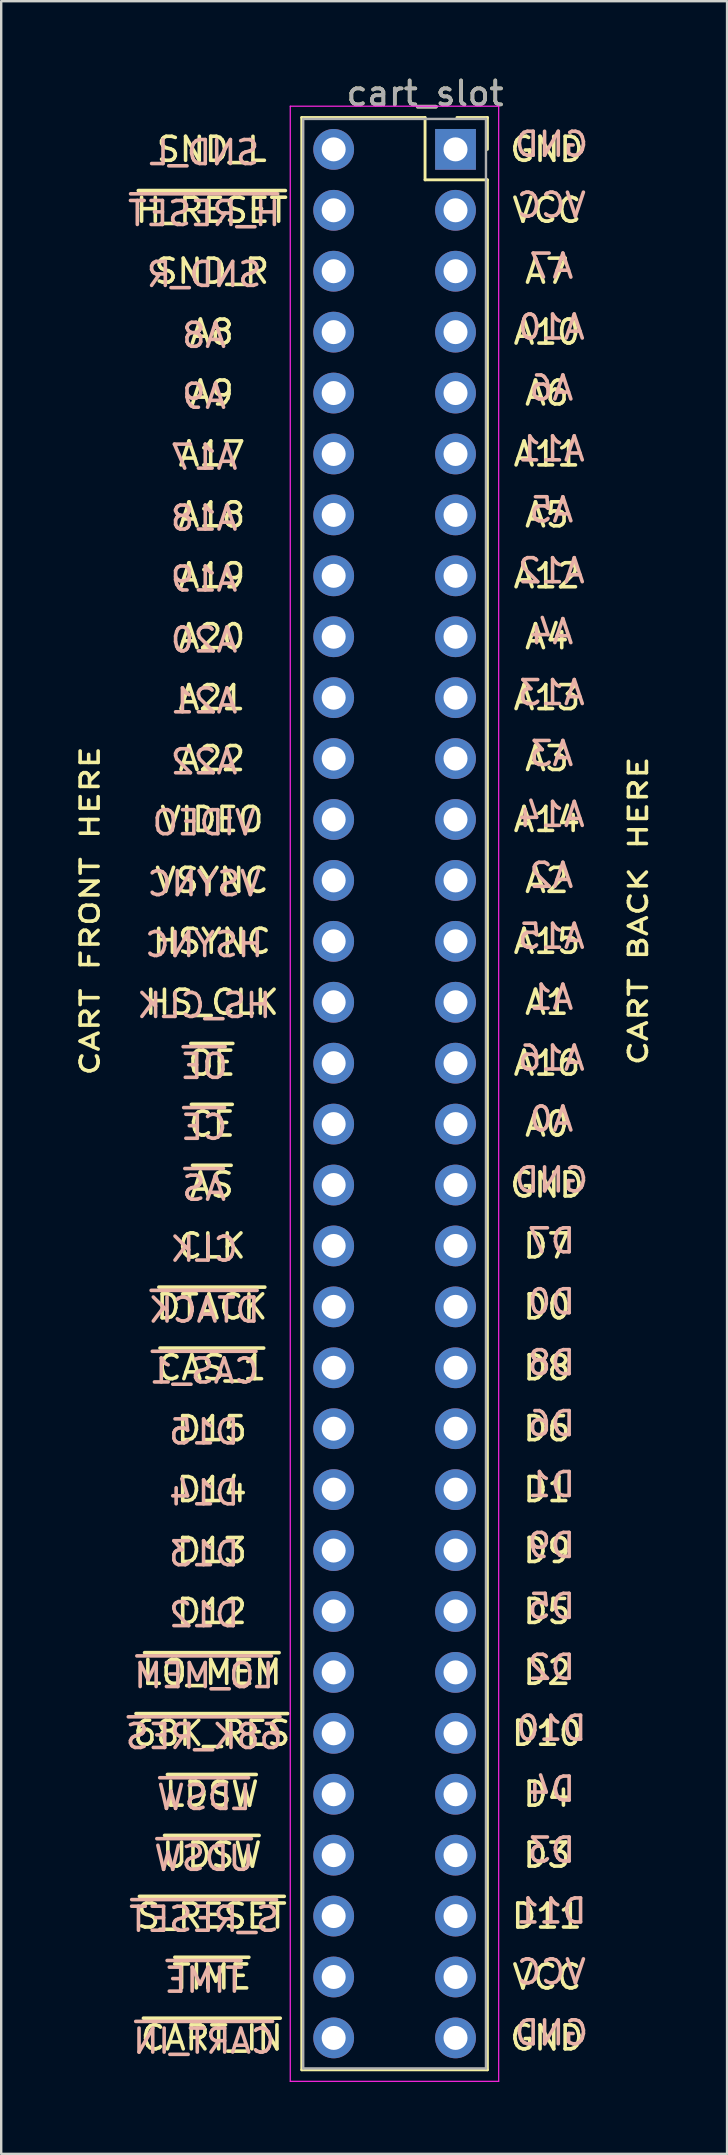
<source format=kicad_pcb>
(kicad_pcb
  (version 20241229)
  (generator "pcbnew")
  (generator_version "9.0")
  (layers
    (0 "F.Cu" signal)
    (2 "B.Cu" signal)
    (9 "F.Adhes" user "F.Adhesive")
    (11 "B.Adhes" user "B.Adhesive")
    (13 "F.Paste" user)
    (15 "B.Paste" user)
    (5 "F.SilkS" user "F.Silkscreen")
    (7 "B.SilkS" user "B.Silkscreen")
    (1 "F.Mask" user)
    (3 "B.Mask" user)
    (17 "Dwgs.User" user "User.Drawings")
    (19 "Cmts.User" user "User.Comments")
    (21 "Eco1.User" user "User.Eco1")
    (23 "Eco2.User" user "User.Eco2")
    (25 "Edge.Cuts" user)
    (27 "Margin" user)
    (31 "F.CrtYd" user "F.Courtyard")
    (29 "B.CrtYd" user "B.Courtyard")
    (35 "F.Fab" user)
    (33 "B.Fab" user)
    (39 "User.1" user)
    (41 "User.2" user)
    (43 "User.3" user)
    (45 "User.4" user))
  (footprint "cart_slot"
    (layer "F.Cu")
    (at 13.402 3.178)
    (property "Reference" "cart_slot" (at 1.27 -2.33 0) (layer "F.SilkS") (effects (font (size 1 1) (thickness 0.15))))
    (attr through_hole)
    (fp_line (start -3.87 -1.33) (end 1.27 -1.33) (stroke (width 0.12) (type solid)) (layer "F.SilkS"))
    (fp_line (start -3.87 80.07) (end -3.87 -1.33) (stroke (width 0.12) (type solid)) (layer "F.SilkS"))
    (fp_line (start 1.27 -1.33) (end 1.27 1.27) (stroke (width 0.12) (type solid)) (layer "F.SilkS"))
    (fp_line (start 1.27 1.27) (end 3.87 1.27) (stroke (width 0.12) (type solid)) (layer "F.SilkS"))
    (fp_line (start 3.87 -1.33) (end 2.6 -1.33) (stroke (width 0.12) (type solid)) (layer "F.SilkS"))
    (fp_line (start 3.87 0) (end 3.87 -1.33) (stroke (width 0.12) (type solid)) (layer "F.SilkS"))
    (fp_line (start 3.87 1.27) (end 3.87 80.07) (stroke (width 0.12) (type solid)) (layer "F.SilkS"))
    (fp_line (start 3.87 80.07) (end -3.87 80.07) (stroke (width 0.12) (type solid)) (layer "F.SilkS"))
    (fp_line (start -4.35 -1.8) (end -4.35 80.55) (stroke (width 0.05) (type solid)) (layer "F.CrtYd"))
    (fp_line (start -4.35 80.55) (end 4.34 80.55) (stroke (width 0.05) (type solid)) (layer "F.CrtYd"))
    (fp_line (start 4.34 -1.8) (end -4.35 -1.8) (stroke (width 0.05) (type solid)) (layer "F.CrtYd"))
    (fp_line (start 4.34 80.55) (end 4.34 -1.8) (stroke (width 0.05) (type solid)) (layer "F.CrtYd"))
    (fp_line (start -3.81 -1.27) (end -3.81 80.01) (stroke (width 0.1) (type solid)) (layer "F.Fab"))
    (fp_line (start -3.81 80.01) (end 3.81 80.01) (stroke (width 0.1) (type solid)) (layer "F.Fab"))
    (fp_line (start 3.81 -1.27) (end -3.81 -1.27) (stroke (width 0.1) (type solid)) (layer "F.Fab"))
    (fp_line (start 3.81 80.01) (end 3.81 -1.27) (stroke (width 0.1) (type solid)) (layer "F.Fab"))
    (fp_text user "CLK" (at -7.62 45.72 0) (layer "F.SilkS") (effects (font (size 1 1) (thickness 0.15))))
    (fp_text user "A2" (at 6.35 30.48 0) (layer "F.SilkS") (effects (font (size 1 1) (thickness 0.15))))
    (fp_text user "SND_R" (at -7.62 5.08 0) (layer "F.SilkS") (effects (font (size 1 1) (thickness 0.15))))
    (fp_text user "~{CART_IN}" (at -7.62 78.74 0) (layer "F.SilkS") (effects (font (size 1 1) (thickness 0.15))))
    (fp_text user "D15" (at -7.62 53.34 0) (layer "F.SilkS") (effects (font (size 1 1) (thickness 0.15))))
    (fp_text user "GND" (at 6.35 78.74 0) (layer "F.SilkS") (effects (font (size 1 1) (thickness 0.15))))
    (fp_text user "VSYNC" (at -7.62 30.48 0) (layer "F.SilkS") (effects (font (size 1 1) (thickness 0.15))))
    (fp_text user "A22" (at -7.62 25.4 0) (layer "F.SilkS") (effects (font (size 1 1) (thickness 0.15))))
    (fp_text user "~{S_RESET}" (at -7.62 73.66 0) (layer "F.SilkS") (effects (font (size 1 1) (thickness 0.15))))
    (fp_text user "HS_CLK" (at -7.62 35.56 0) (layer "F.SilkS") (effects (font (size 1 1) (thickness 0.15))))
    (fp_text user "D9" (at 6.35 58.42 0) (layer "F.SilkS") (effects (font (size 1 1) (thickness 0.15))))
    (fp_text user "A0" (at 6.35 40.64 0) (layer "F.SilkS") (effects (font (size 1 1) (thickness 0.15))))
    (fp_text user "~{68K_RES}" (at -7.62 66.04 0) (layer "F.SilkS") (effects (font (size 1 1) (thickness 0.15))))
    (fp_text user "A15" (at 6.35 33.02 0) (layer "F.SilkS") (effects (font (size 1 1) (thickness 0.15))))
    (fp_text user "D1" (at 6.35 55.88 0) (layer "F.SilkS") (effects (font (size 1 1) (thickness 0.15))))
    (fp_text user "D7" (at 6.35 45.72 0) (layer "F.SilkS") (effects (font (size 1 1) (thickness 0.15))))
    (fp_text user "GND" (at 6.35 43.18 0) (layer "F.SilkS") (effects (font (size 1 1) (thickness 0.15))))
    (fp_text user "~{H_RESET}" (at -7.62 2.54 0) (layer "F.SilkS") (effects (font (size 1 1) (thickness 0.15))))
    (fp_text user "D4" (at 6.35 68.58 0) (layer "F.SilkS") (effects (font (size 1 1) (thickness 0.15))))
    (fp_text user "A20" (at -7.62 20.32 0) (layer "F.SilkS") (effects (font (size 1 1) (thickness 0.15))))
    (fp_text user "~{AS}" (at -7.62 43.18 0) (layer "F.SilkS") (effects (font (size 1 1) (thickness 0.15))))
    (fp_text user "A11" (at 6.35 12.7 0) (layer "F.SilkS") (effects (font (size 1 1) (thickness 0.15))))
    (fp_text user "A13" (at 6.35 22.86 0) (layer "F.SilkS") (effects (font (size 1 1) (thickness 0.15))))
    (fp_text user "A5" (at 6.35 15.24 0) (layer "F.SilkS") (effects (font (size 1 1) (thickness 0.15))))
    (fp_text user "GND" (at 6.35 0 0) (layer "F.SilkS") (effects (font (size 1 1) (thickness 0.15))))
    (fp_text user "~{TIME}" (at -7.62 76.2 0) (layer "F.SilkS") (effects (font (size 1 1) (thickness 0.15))))
    (fp_text user "D6" (at 6.35 53.34 0) (layer "F.SilkS") (effects (font (size 1 1) (thickness 0.15))))
    (fp_text user "D8" (at 6.35 50.8 0) (layer "F.SilkS") (effects (font (size 1 1) (thickness 0.15))))
    (fp_text user "D0" (at 6.35 48.26 0) (layer "F.SilkS") (effects (font (size 1 1) (thickness 0.15))))
    (fp_text user "~{CAS_1}" (at -7.62 50.8 0) (layer "F.SilkS") (effects (font (size 1 1) (thickness 0.15))))
    (fp_text user "A4" (at 6.35 20.32 0) (layer "F.SilkS") (effects (font (size 1 1) (thickness 0.15))))
    (fp_text user "HSYNC" (at -7.62 33.02 0) (layer "F.SilkS") (effects (font (size 1 1) (thickness 0.15))))
    (fp_text user "CART FRONT HERE" (at -12.7 31.75 270) (layer "F.SilkS") (effects (font (size 0.75 1) (thickness 0.15))))
    (fp_text user "D10" (at 6.35 66.04 0) (layer "F.SilkS") (effects (font (size 1 1) (thickness 0.15))))
    (fp_text user "D11" (at 6.35 73.66 0) (layer "F.SilkS") (effects (font (size 1 1) (thickness 0.15))))
    (fp_text user "~{LDSW}" (at -7.62 68.58 0) (layer "F.SilkS") (effects (font (size 1 1) (thickness 0.15))))
    (fp_text user "A19" (at -7.62 17.78 0) (layer "F.SilkS") (effects (font (size 1 1) (thickness 0.15))))
    (fp_text user "A12" (at 6.35 17.78 0) (layer "F.SilkS") (effects (font (size 1 1) (thickness 0.15))))
    (fp_text user "~{OE}" (at -7.62 38.1 0) (layer "F.SilkS") (effects (font (size 1 1) (thickness 0.15))))
    (fp_text user "VCC" (at 6.35 2.54 0) (layer "F.SilkS") (effects (font (size 1 1) (thickness 0.15))))
    (fp_text user "SND_L" (at -7.62 0 0) (layer "F.SilkS") (effects (font (size 1 1) (thickness 0.15))))
    (fp_text user "A14" (at 6.35 27.94 0) (layer "F.SilkS") (effects (font (size 1 1) (thickness 0.15))))
    (fp_text user "VIDEO" (at -7.62 27.94 0) (layer "F.SilkS") (effects (font (size 1 1) (thickness 0.15))))
    (fp_text user "D5" (at 6.35 60.96 0) (layer "F.SilkS") (effects (font (size 1 1) (thickness 0.15))))
    (fp_text user "A21" (at -7.62 22.86 0) (layer "F.SilkS") (effects (font (size 1 1) (thickness 0.15))))
    (fp_text user "A8" (at -7.62 7.62 0) (layer "F.SilkS") (effects (font (size 1 1) (thickness 0.15))))
    (fp_text user "A3" (at 6.35 25.4 0) (layer "F.SilkS") (effects (font (size 1 1) (thickness 0.15))))
    (fp_text user "D2" (at 6.35 63.5 0) (layer "F.SilkS") (effects (font (size 1 1) (thickness 0.15))))
    (fp_text user "A17" (at -7.62 12.7 0) (layer "F.SilkS") (effects (font (size 1 1) (thickness 0.15))))
    (fp_text user "A6" (at 6.35 10.16 0) (layer "F.SilkS") (effects (font (size 1 1) (thickness 0.15))))
    (fp_text user "D14" (at -7.62 55.88 0) (layer "F.SilkS") (effects (font (size 1 1) (thickness 0.15))))
    (fp_text user "~{UDSW}" (at -7.62 71.12 0) (layer "F.SilkS") (effects (font (size 1 1) (thickness 0.15))))
    (fp_text user "A18" (at -7.62 15.24 0) (layer "F.SilkS") (effects (font (size 1 1) (thickness 0.15))))
    (fp_text user "CART BACK HERE" (at 10.16 31.75 270) (layer "F.SilkS") (effects (font (size 0.75 1) (thickness 0.15))))
    (fp_text user "A10" (at 6.35 7.62 0) (layer "F.SilkS") (effects (font (size 1 1) (thickness 0.15))))
    (fp_text user "D13" (at -7.62 58.42 0) (layer "F.SilkS") (effects (font (size 1 1) (thickness 0.15))))
    (fp_text user "VCC" (at 6.35 76.2 0) (layer "F.SilkS") (effects (font (size 1 1) (thickness 0.15))))
    (fp_text user "A1" (at 6.35 35.56 0) (layer "F.SilkS") (effects (font (size 1 1) (thickness 0.15))))
    (fp_text user "~{CE}" (at -7.62 40.64 0) (layer "F.SilkS") (effects (font (size 1 1) (thickness 0.15))))
    (fp_text user "A7" (at 6.35 5.08 0) (layer "F.SilkS") (effects (font (size 1 1) (thickness 0.15))))
    (fp_text user "D3" (at 6.35 71.12 0) (layer "F.SilkS") (effects (font (size 1 1) (thickness 0.15))))
    (fp_text user "~{DTACK}" (at -7.62 48.26 0) (layer "F.SilkS") (effects (font (size 1 1) (thickness 0.15))))
    (fp_text user "A9" (at -7.62 10.16 0) (layer "F.SilkS") (effects (font (size 1 1) (thickness 0.15))))
    (fp_text user "A16" (at 6.35 38.1 0) (layer "F.SilkS") (effects (font (size 1 1) (thickness 0.15))))
    (fp_text user "~{LO_MEM}" (at -7.62 63.5 0) (layer "F.SilkS") (effects (font (size 1 1) (thickness 0.15))))
    (fp_text user "D12" (at -7.62 60.96 0) (layer "F.SilkS") (effects (font (size 1 1) (thickness 0.15))))
    (fp_text user "A20" (at -7.941 20.455 180) (layer "B.SilkS") (effects (font (size 1 1) (thickness 0.15)) (justify mirror)))
    (fp_text user "~{CAS_1}" (at -7.941 50.935 180) (layer "B.SilkS") (effects (font (size 1 1) (thickness 0.15)) (justify mirror)))
    (fp_text user "CLK" (at -7.941 45.855 180) (layer "B.SilkS") (effects (font (size 1 1) (thickness 0.15)) (justify mirror)))
    (fp_text user "D13" (at -7.941 58.555 180) (layer "B.SilkS") (effects (font (size 1 1) (thickness 0.15)) (justify mirror)))
    (fp_text user "D9" (at 6.539 58.209 180) (layer "B.SilkS") (effects (font (size 1 1) (thickness 0.15)) (justify mirror)))
    (fp_text user "A4" (at 6.539 20.109 180) (layer "B.SilkS") (effects (font (size 1 1) (thickness 0.15)) (justify mirror)))
    (fp_text user "A14" (at 6.539 27.729 180) (layer "B.SilkS") (effects (font (size 1 1) (thickness 0.15)) (justify mirror)))
    (fp_text user "A19" (at -7.941 17.915 180) (layer "B.SilkS") (effects (font (size 1 1) (thickness 0.15)) (justify mirror)))
    (fp_text user "SND_L" (at -7.941 0.135 180) (layer "B.SilkS") (effects (font (size 1 1) (thickness 0.15)) (justify mirror)))
    (fp_text user "D14" (at -7.941 56.015 180) (layer "B.SilkS") (effects (font (size 1 1) (thickness 0.15)) (justify mirror)))
    (fp_text user "VSYNC" (at -7.941 30.615 180) (layer "B.SilkS") (effects (font (size 1 1) (thickness 0.15)) (justify mirror)))
    (fp_text user "A10" (at 6.539 7.409 180) (layer "B.SilkS") (effects (font (size 1 1) (thickness 0.15)) (justify mirror)))
    (fp_text user "VCC" (at 6.539 75.989 180) (layer "B.SilkS") (effects (font (size 1 1) (thickness 0.15)) (justify mirror)))
    (fp_text user "D0" (at 6.539 48.049 180) (layer "B.SilkS") (effects (font (size 1 1) (thickness 0.15)) (justify mirror)))
    (fp_text user "A1" (at 6.539 35.349 180) (layer "B.SilkS") (effects (font (size 1 1) (thickness 0.15)) (justify mirror)))
    (fp_text user "D1" (at 6.539 55.669 180) (layer "B.SilkS") (effects (font (size 1 1) (thickness 0.15)) (justify mirror)))
    (fp_text user "A8" (at -7.941 7.755 180) (layer "B.SilkS") (effects (font (size 1 1) (thickness 0.15)) (justify mirror)))
    (fp_text user "HS_CLK" (at -7.941 35.695 180) (layer "B.SilkS") (effects (font (size 1 1) (thickness 0.15)) (justify mirror)))
    (fp_text user "D7" (at 6.539 45.509 180) (layer "B.SilkS") (effects (font (size 1 1) (thickness 0.15)) (justify mirror)))
    (fp_text user "~{CART_IN}" (at -7.941 78.875 180) (layer "B.SilkS") (effects (font (size 1 1) (thickness 0.15)) (justify mirror)))
    (fp_text user "GND" (at 6.539 -0.211 180) (layer "B.SilkS") (effects (font (size 1 1) (thickness 0.15)) (justify mirror)))
    (fp_text user "A22" (at -7.941 25.535 180) (layer "B.SilkS") (effects (font (size 1 1) (thickness 0.15)) (justify mirror)))
    (fp_text user "~{LDSW}" (at -7.941 68.715 180) (layer "B.SilkS") (effects (font (size 1 1) (thickness 0.15)) (justify mirror)))
    (fp_text user "~{UDSW}" (at -7.941 71.255 180) (layer "B.SilkS") (effects (font (size 1 1) (thickness 0.15)) (justify mirror)))
    (fp_text user "A5" (at 6.539 15.029 180) (layer "B.SilkS") (effects (font (size 1 1) (thickness 0.15)) (justify mirror)))
    (fp_text user "D8" (at 6.539 50.589 180) (layer "B.SilkS") (effects (font (size 1 1) (thickness 0.15)) (justify mirror)))
    (fp_text user "~{68K_RES}" (at -7.941 66.175 180) (layer "B.SilkS") (effects (font (size 1 1) (thickness 0.15)) (justify mirror)))
    (fp_text user "VCC" (at 6.539 2.329 180) (layer "B.SilkS") (effects (font (size 1 1) (thickness 0.15)) (justify mirror)))
    (fp_text user "~{H_RESET}" (at -7.941 2.675 180) (layer "B.SilkS") (effects (font (size 1 1) (thickness 0.15)) (justify mirror)))
    (fp_text user "A21" (at -7.941 22.995 180) (layer "B.SilkS") (effects (font (size 1 1) (thickness 0.15)) (justify mirror)))
    (fp_text user "~{LO_MEM}" (at -7.941 63.635 180) (layer "B.SilkS") (effects (font (size 1 1) (thickness 0.15)) (justify mirror)))
    (fp_text user "D15" (at -7.941 53.475 180) (layer "B.SilkS") (effects (font (size 1 1) (thickness 0.15)) (justify mirror)))
    (fp_text user "A0" (at 6.539 40.429 180) (layer "B.SilkS") (effects (font (size 1 1) (thickness 0.15)) (justify mirror)))
    (fp_text user "D2" (at 6.539 63.289 180) (layer "B.SilkS") (effects (font (size 1 1) (thickness 0.15)) (justify mirror)))
    (fp_text user "A18" (at -7.941 15.375 180) (layer "B.SilkS") (effects (font (size 1 1) (thickness 0.15)) (justify mirror)))
    (fp_text user "A15" (at 6.539 32.809 180) (layer "B.SilkS") (effects (font (size 1 1) (thickness 0.15)) (justify mirror)))
    (fp_text user "~{DTACK}" (at -7.941 48.395 180) (layer "B.SilkS") (effects (font (size 1 1) (thickness 0.15)) (justify mirror)))
    (fp_text user "D4" (at 6.539 68.369 180) (layer "B.SilkS") (effects (font (size 1 1) (thickness 0.15)) (justify mirror)))
    (fp_text user "A9" (at -7.941 10.295 180) (layer "B.SilkS") (effects (font (size 1 1) (thickness 0.15)) (justify mirror)))
    (fp_text user "D12" (at -7.941 61.095 180) (layer "B.SilkS") (effects (font (size 1 1) (thickness 0.15)) (justify mirror)))
    (fp_text user "D5" (at 6.539 60.749 180) (layer "B.SilkS") (effects (font (size 1 1) (thickness 0.15)) (justify mirror)))
    (fp_text user "A2" (at 6.539 30.269 180) (layer "B.SilkS") (effects (font (size 1 1) (thickness 0.15)) (justify mirror)))
    (fp_text user "VIDEO" (at -7.941 28.075 180) (layer "B.SilkS") (effects (font (size 1 1) (thickness 0.15)) (justify mirror)))
    (fp_text user "D3" (at 6.539 70.909 180) (layer "B.SilkS") (effects (font (size 1 1) (thickness 0.15)) (justify mirror)))
    (fp_text user "~{OE}" (at -7.941 38.235 180) (layer "B.SilkS") (effects (font (size 1 1) (thickness 0.15)) (justify mirror)))
    (fp_text user "~{AS}" (at -7.941 43.315 180) (layer "B.SilkS") (effects (font (size 1 1) (thickness 0.15)) (justify mirror)))
    (fp_text user "HSYNC" (at -7.941 33.155 180) (layer "B.SilkS") (effects (font (size 1 1) (thickness 0.15)) (justify mirror)))
    (fp_text user "D11" (at 6.539 73.449 180) (layer "B.SilkS") (effects (font (size 1 1) (thickness 0.15)) (justify mirror)))
    (fp_text user "~{S_RESET}" (at -7.941 73.795 180) (layer "B.SilkS") (effects (font (size 1 1) (thickness 0.15)) (justify mirror)))
    (fp_text user "A3" (at 6.539 25.189 180) (layer "B.SilkS") (effects (font (size 1 1) (thickness 0.15)) (justify mirror)))
    (fp_text user "A11" (at 6.539 12.489 180) (layer "B.SilkS") (effects (font (size 1 1) (thickness 0.15)) (justify mirror)))
    (fp_text user "A12" (at 6.539 17.569 180) (layer "B.SilkS") (effects (font (size 1 1) (thickness 0.15)) (justify mirror)))
    (fp_text user "D10" (at 6.539 65.829 180) (layer "B.SilkS") (effects (font (size 1 1) (thickness 0.15)) (justify mirror)))
    (fp_text user "~{CE}" (at -7.941 40.775 180) (layer "B.SilkS") (effects (font (size 1 1) (thickness 0.15)) (justify mirror)))
    (fp_text user "A17" (at -7.941 12.835 180) (layer "B.SilkS") (effects (font (size 1 1) (thickness 0.15)) (justify mirror)))
    (fp_text user "GND" (at 6.539 42.969 180) (layer "B.SilkS") (effects (font (size 1 1) (thickness 0.15)) (justify mirror)))
    (fp_text user "D6" (at 6.539 53.129 180) (layer "B.SilkS") (effects (font (size 1 1) (thickness 0.15)) (justify mirror)))
    (fp_text user "A16" (at 6.539 37.889 180) (layer "B.SilkS") (effects (font (size 1 1) (thickness 0.15)) (justify mirror)))
    (fp_text user "~{TIME}" (at -7.941 76.335 180) (layer "B.SilkS") (effects (font (size 1 1) (thickness 0.15)) (justify mirror)))
    (fp_text user "A7" (at 6.539 4.869 180) (layer "B.SilkS") (effects (font (size 1 1) (thickness 0.15)) (justify mirror)))
    (fp_text user "A13" (at 6.539 22.649 180) (layer "B.SilkS") (effects (font (size 1 1) (thickness 0.15)) (justify mirror)))
    (fp_text user "SND_R" (at -7.941 5.215 180) (layer "B.SilkS") (effects (font (size 1 1) (thickness 0.15)) (justify mirror)))
    (fp_text user "GND" (at 6.539 78.529 180) (layer "B.SilkS") (effects (font (size 1 1) (thickness 0.15)) (justify mirror)))
    (fp_text user "A6" (at 6.539 9.949 180) (layer "B.SilkS") (effects (font (size 1 1) (thickness 0.15)) (justify mirror)))
    (fp_text user "${REFERENCE}" (at 1.27 -2.33 0) (layer "F.Fab") (effects (font (size 1 1) (thickness 0.15))))
    (pad "A01" thru_hole rect (at 2.54 0) (size 1.7 1.7) (drill 1) (layers "*.Cu" "*.Mask"))
    (pad "A02" thru_hole oval (at 2.54 2.54) (size 1.7 1.7) (drill 1) (layers "*.Cu" "*.Mask"))
    (pad "A03" thru_hole oval (at 2.54 5.08) (size 1.7 1.7) (drill 1) (layers "*.Cu" "*.Mask"))
    (pad "A04" thru_hole oval (at 2.54 7.62) (size 1.7 1.7) (drill 1) (layers "*.Cu" "*.Mask"))
    (pad "A05" thru_hole oval (at 2.54 10.16) (size 1.7 1.7) (drill 1) (layers "*.Cu" "*.Mask"))
    (pad "A06" thru_hole oval (at 2.54 12.7) (size 1.7 1.7) (drill 1) (layers "*.Cu" "*.Mask"))
    (pad "A07" thru_hole oval (at 2.54 15.24) (size 1.7 1.7) (drill 1) (layers "*.Cu" "*.Mask"))
    (pad "A08" thru_hole oval (at 2.54 17.78) (size 1.7 1.7) (drill 1) (layers "*.Cu" "*.Mask"))
    (pad "A09" thru_hole oval (at 2.54 20.32) (size 1.7 1.7) (drill 1) (layers "*.Cu" "*.Mask"))
    (pad "A10" thru_hole oval (at 2.54 22.86) (size 1.7 1.7) (drill 1) (layers "*.Cu" "*.Mask"))
    (pad "A11" thru_hole oval (at 2.54 25.4) (size 1.7 1.7) (drill 1) (layers "*.Cu" "*.Mask"))
    (pad "A12" thru_hole oval (at 2.54 27.94) (size 1.7 1.7) (drill 1) (layers "*.Cu" "*.Mask"))
    (pad "A13" thru_hole oval (at 2.54 30.48) (size 1.7 1.7) (drill 1) (layers "*.Cu" "*.Mask"))
    (pad "A14" thru_hole oval (at 2.54 33.02) (size 1.7 1.7) (drill 1) (layers "*.Cu" "*.Mask"))
    (pad "A15" thru_hole oval (at 2.54 35.56) (size 1.7 1.7) (drill 1) (layers "*.Cu" "*.Mask"))
    (pad "A16" thru_hole oval (at 2.54 38.1) (size 1.7 1.7) (drill 1) (layers "*.Cu" "*.Mask"))
    (pad "A17" thru_hole oval (at 2.54 40.64) (size 1.7 1.7) (drill 1) (layers "*.Cu" "*.Mask"))
    (pad "A18" thru_hole oval (at 2.54 43.18) (size 1.7 1.7) (drill 1) (layers "*.Cu" "*.Mask"))
    (pad "A19" thru_hole oval (at 2.54 45.72) (size 1.7 1.7) (drill 1) (layers "*.Cu" "*.Mask"))
    (pad "A20" thru_hole oval (at 2.54 48.26) (size 1.7 1.7) (drill 1) (layers "*.Cu" "*.Mask"))
    (pad "A21" thru_hole oval (at 2.54 50.8) (size 1.7 1.7) (drill 1) (layers "*.Cu" "*.Mask"))
    (pad "A22" thru_hole oval (at 2.54 53.34) (size 1.7 1.7) (drill 1) (layers "*.Cu" "*.Mask"))
    (pad "A23" thru_hole oval (at 2.54 55.88) (size 1.7 1.7) (drill 1) (layers "*.Cu" "*.Mask"))
    (pad "A24" thru_hole oval (at 2.54 58.42) (size 1.7 1.7) (drill 1) (layers "*.Cu" "*.Mask"))
    (pad "A25" thru_hole oval (at 2.54 60.96) (size 1.7 1.7) (drill 1) (layers "*.Cu" "*.Mask"))
    (pad "A26" thru_hole oval (at 2.54 63.5) (size 1.7 1.7) (drill 1) (layers "*.Cu" "*.Mask"))
    (pad "A27" thru_hole oval (at 2.54 66.04) (size 1.7 1.7) (drill 1) (layers "*.Cu" "*.Mask"))
    (pad "A28" thru_hole oval (at 2.54 68.58) (size 1.7 1.7) (drill 1) (layers "*.Cu" "*.Mask"))
    (pad "A29" thru_hole oval (at 2.54 71.12) (size 1.7 1.7) (drill 1) (layers "*.Cu" "*.Mask"))
    (pad "A30" thru_hole oval (at 2.54 73.66) (size 1.7 1.7) (drill 1) (layers "*.Cu" "*.Mask"))
    (pad "A31" thru_hole oval (at 2.54 76.2) (size 1.7 1.7) (drill 1) (layers "*.Cu" "*.Mask"))
    (pad "A32" thru_hole oval (at 2.54 78.74) (size 1.7 1.7) (drill 1) (layers "*.Cu" "*.Mask"))
    (pad "B01" thru_hole oval (at -2.54 0) (size 1.7 1.7) (drill 1) (layers "*.Cu" "*.Mask"))
    (pad "B02" thru_hole oval (at -2.54 2.54) (size 1.7 1.7) (drill 1) (layers "*.Cu" "*.Mask"))
    (pad "B03" thru_hole oval (at -2.54 5.08) (size 1.7 1.7) (drill 1) (layers "*.Cu" "*.Mask"))
    (pad "B04" thru_hole oval (at -2.54 7.62) (size 1.7 1.7) (drill 1) (layers "*.Cu" "*.Mask"))
    (pad "B05" thru_hole oval (at -2.54 10.16) (size 1.7 1.7) (drill 1) (layers "*.Cu" "*.Mask"))
    (pad "B06" thru_hole oval (at -2.54 12.7) (size 1.7 1.7) (drill 1) (layers "*.Cu" "*.Mask"))
    (pad "B07" thru_hole oval (at -2.54 15.24) (size 1.7 1.7) (drill 1) (layers "*.Cu" "*.Mask"))
    (pad "B08" thru_hole oval (at -2.54 17.78) (size 1.7 1.7) (drill 1) (layers "*.Cu" "*.Mask"))
    (pad "B09" thru_hole oval (at -2.54 20.32) (size 1.7 1.7) (drill 1) (layers "*.Cu" "*.Mask"))
    (pad "B10" thru_hole oval (at -2.54 22.86) (size 1.7 1.7) (drill 1) (layers "*.Cu" "*.Mask"))
    (pad "B11" thru_hole oval (at -2.54 25.4) (size 1.7 1.7) (drill 1) (layers "*.Cu" "*.Mask"))
    (pad "B12" thru_hole oval (at -2.54 27.94) (size 1.7 1.7) (drill 1) (layers "*.Cu" "*.Mask"))
    (pad "B13" thru_hole oval (at -2.54 30.48) (size 1.7 1.7) (drill 1) (layers "*.Cu" "*.Mask"))
    (pad "B14" thru_hole oval (at -2.54 33.02) (size 1.7 1.7) (drill 1) (layers "*.Cu" "*.Mask"))
    (pad "B15" thru_hole oval (at -2.54 35.56) (size 1.7 1.7) (drill 1) (layers "*.Cu" "*.Mask"))
    (pad "B16" thru_hole oval (at -2.54 38.1) (size 1.7 1.7) (drill 1) (layers "*.Cu" "*.Mask"))
    (pad "B17" thru_hole oval (at -2.54 40.64) (size 1.7 1.7) (drill 1) (layers "*.Cu" "*.Mask"))
    (pad "B18" thru_hole oval (at -2.54 43.18) (size 1.7 1.7) (drill 1) (layers "*.Cu" "*.Mask"))
    (pad "B19" thru_hole oval (at -2.54 45.72) (size 1.7 1.7) (drill 1) (layers "*.Cu" "*.Mask"))
    (pad "B20" thru_hole oval (at -2.54 48.26) (size 1.7 1.7) (drill 1) (layers "*.Cu" "*.Mask"))
    (pad "B21" thru_hole oval (at -2.54 50.8) (size 1.7 1.7) (drill 1) (layers "*.Cu" "*.Mask"))
    (pad "B22" thru_hole oval (at -2.54 53.34) (size 1.7 1.7) (drill 1) (layers "*.Cu" "*.Mask"))
    (pad "B23" thru_hole oval (at -2.54 55.88) (size 1.7 1.7) (drill 1) (layers "*.Cu" "*.Mask"))
    (pad "B24" thru_hole oval (at -2.54 58.42) (size 1.7 1.7) (drill 1) (layers "*.Cu" "*.Mask"))
    (pad "B25" thru_hole oval (at -2.54 60.96) (size 1.7 1.7) (drill 1) (layers "*.Cu" "*.Mask"))
    (pad "B26" thru_hole oval (at -2.54 63.5) (size 1.7 1.7) (drill 1) (layers "*.Cu" "*.Mask"))
    (pad "B27" thru_hole oval (at -2.54 66.04) (size 1.7 1.7) (drill 1) (layers "*.Cu" "*.Mask"))
    (pad "B28" thru_hole oval (at -2.54 68.58) (size 1.7 1.7) (drill 1) (layers "*.Cu" "*.Mask"))
    (pad "B29" thru_hole oval (at -2.54 71.12) (size 1.7 1.7) (drill 1) (layers "*.Cu" "*.Mask"))
    (pad "B30" thru_hole oval (at -2.54 73.66) (size 1.7 1.7) (drill 1) (layers "*.Cu" "*.Mask"))
    (pad "B31" thru_hole oval (at -2.54 76.2) (size 1.7 1.7) (drill 1) (layers "*.Cu" "*.Mask"))
    (pad "B32" thru_hole oval (at -2.54 78.74) (size 1.7 1.7) (drill 1) (layers "*.Cu" "*.Mask")))
  (gr_rect
    (start -3 -3)
    (end 27.264 86.753)
    (stroke (width 0.1) (type default))
    (fill no)
    (layer "Edge.Cuts")))
</source>
